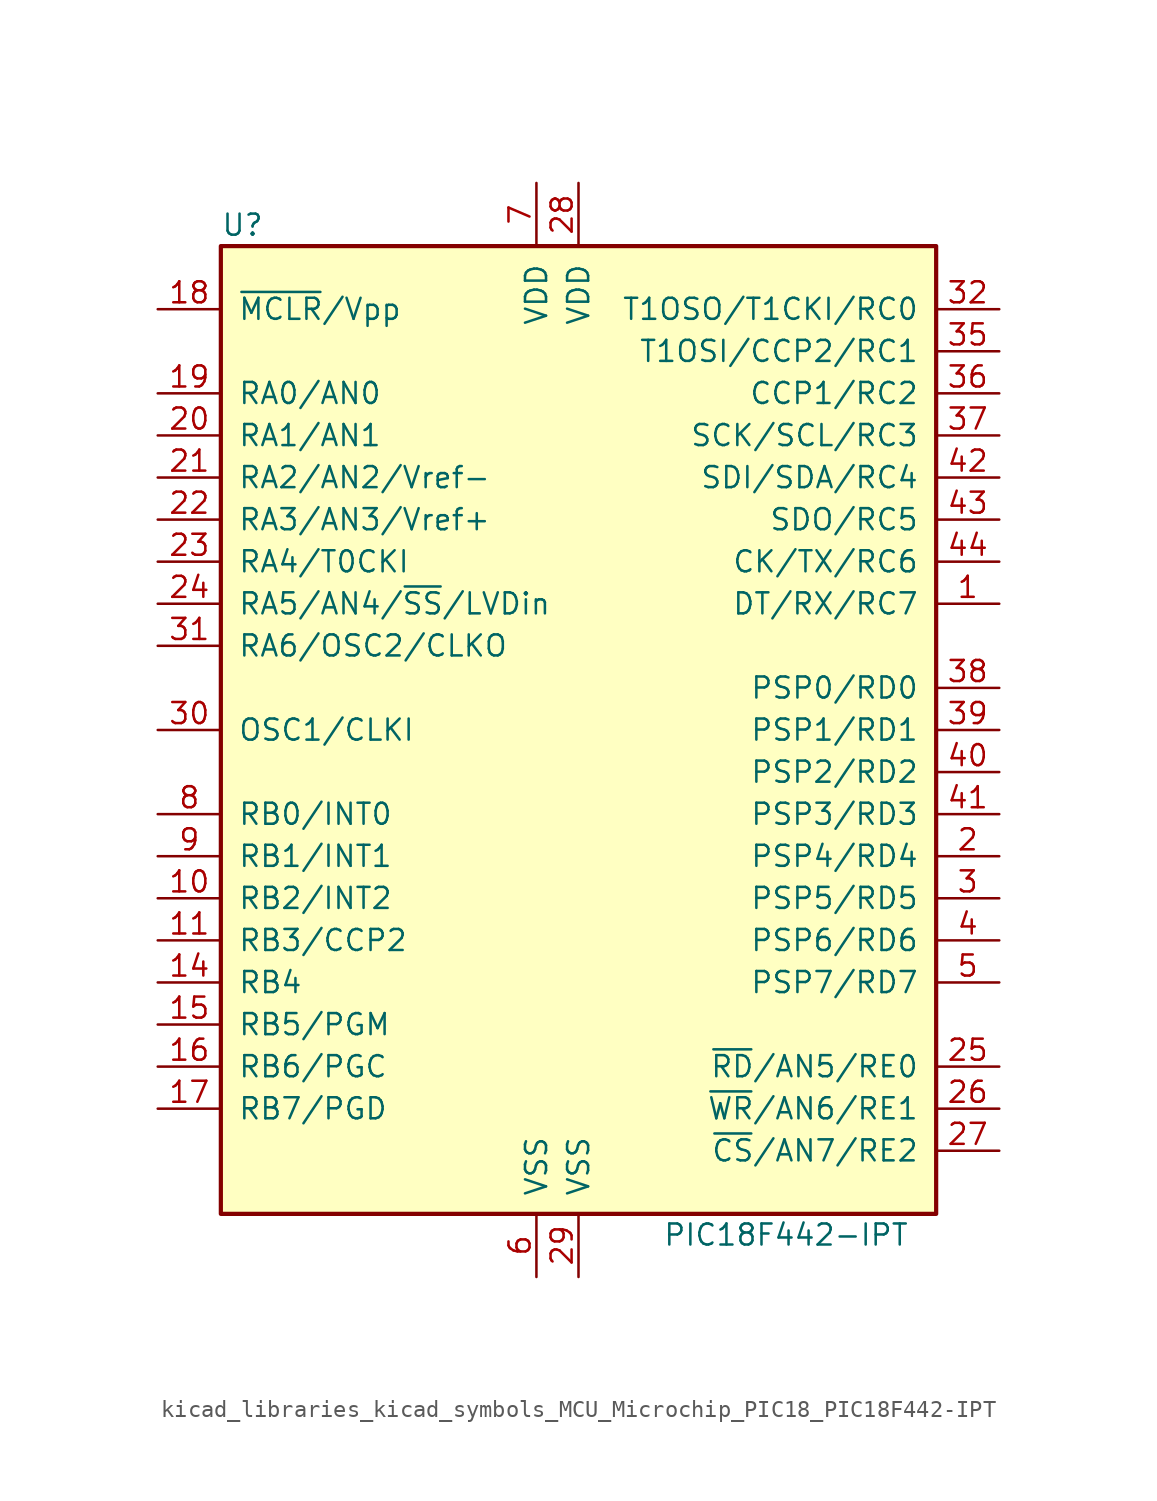
<source format=kicad_sym>
(kicad_symbol_lib
  (version 20220914)
  (generator kicad_symbol_editor)
  (symbol "kicad_libraries_kicad_symbols_MCU_Microchip_PIC18_PIC18F442-IPT"
    (pin_names
      (offset 1.016))
    (property "Reference" "U"
      (at -21.59 30.48 0)
      (effects (font (size 1.27 1.27)) (justify left)))
    (property "Value" "PIC18F442-IPT"
      (at 5.08 -30.48 0)
      (effects (font (size 1.27 1.27)) (justify left)))
    (symbol "kicad_libraries_kicad_symbols_MCU_Microchip_PIC18_PIC18F442-IPT_0_1"
      (rectangle (start 21.59 -29.21) (end -21.59 29.21) (stroke (width 0.254) (type default)) (fill (type background))))
    (symbol "kicad_libraries_kicad_symbols_MCU_Microchip_PIC18_PIC18F442-IPT_1_1"
      (pin bidirectional line (at 25.4 7.62 180) (length 3.81) (name "DT/RX/RC7" (effects (font (size 1.27 1.27)))) (number "1" (effects (font (size 1.27 1.27)))))
      (pin bidirectional line (at -25.4 -10.16 0) (length 3.81) (name "RB2/INT2" (effects (font (size 1.27 1.27)))) (number "10" (effects (font (size 1.27 1.27)))))
      (pin bidirectional line (at -25.4 -12.7 0) (length 3.81) (name "RB3/CCP2" (effects (font (size 1.27 1.27)))) (number "11" (effects (font (size 1.27 1.27)))))
      (pin no_connect line (at -15.24 -29.21 90) (length 3.81) hide (name "NC" (effects (font (size 1.27 1.27)))) (number "12" (effects (font (size 1.27 1.27)))))
      (pin no_connect line (at -12.7 -29.21 90) (length 3.81) hide (name "NC" (effects (font (size 1.27 1.27)))) (number "13" (effects (font (size 1.27 1.27)))))
      (pin bidirectional line (at -25.4 -15.24 0) (length 3.81) (name "RB4" (effects (font (size 1.27 1.27)))) (number "14" (effects (font (size 1.27 1.27)))))
      (pin bidirectional line (at -25.4 -17.78 0) (length 3.81) (name "RB5/PGM" (effects (font (size 1.27 1.27)))) (number "15" (effects (font (size 1.27 1.27)))))
      (pin bidirectional line (at -25.4 -20.32 0) (length 3.81) (name "RB6/PGC" (effects (font (size 1.27 1.27)))) (number "16" (effects (font (size 1.27 1.27)))))
      (pin bidirectional line (at -25.4 -22.86 0) (length 3.81) (name "RB7/PGD" (effects (font (size 1.27 1.27)))) (number "17" (effects (font (size 1.27 1.27)))))
      (pin input line (at -25.4 25.4 0) (length 3.81) (name "~{MCLR}/Vpp" (effects (font (size 1.27 1.27)))) (number "18" (effects (font (size 1.27 1.27)))))
      (pin bidirectional line (at -25.4 20.32 0) (length 3.81) (name "RA0/AN0" (effects (font (size 1.27 1.27)))) (number "19" (effects (font (size 1.27 1.27)))))
      (pin bidirectional line (at 25.4 -7.62 180) (length 3.81) (name "PSP4/RD4" (effects (font (size 1.27 1.27)))) (number "2" (effects (font (size 1.27 1.27)))))
      (pin bidirectional line (at -25.4 17.78 0) (length 3.81) (name "RA1/AN1" (effects (font (size 1.27 1.27)))) (number "20" (effects (font (size 1.27 1.27)))))
      (pin bidirectional line (at -25.4 15.24 0) (length 3.81) (name "RA2/AN2/Vref-" (effects (font (size 1.27 1.27)))) (number "21" (effects (font (size 1.27 1.27)))))
      (pin bidirectional line (at -25.4 12.7 0) (length 3.81) (name "RA3/AN3/Vref+" (effects (font (size 1.27 1.27)))) (number "22" (effects (font (size 1.27 1.27)))))
      (pin bidirectional line (at -25.4 10.16 0) (length 3.81) (name "RA4/T0CKI" (effects (font (size 1.27 1.27)))) (number "23" (effects (font (size 1.27 1.27)))))
      (pin bidirectional line (at -25.4 7.62 0) (length 3.81) (name "RA5/AN4/~{SS}/LVDin" (effects (font (size 1.27 1.27)))) (number "24" (effects (font (size 1.27 1.27)))))
      (pin bidirectional line (at 25.4 -20.32 180) (length 3.81) (name "~{RD}/AN5/RE0" (effects (font (size 1.27 1.27)))) (number "25" (effects (font (size 1.27 1.27)))))
      (pin bidirectional line (at 25.4 -22.86 180) (length 3.81) (name "~{WR}/AN6/RE1" (effects (font (size 1.27 1.27)))) (number "26" (effects (font (size 1.27 1.27)))))
      (pin bidirectional line (at 25.4 -25.4 180) (length 3.81) (name "~{CS}/AN7/RE2" (effects (font (size 1.27 1.27)))) (number "27" (effects (font (size 1.27 1.27)))))
      (pin power_in line (at 0 33.02 270) (length 3.81) (name "VDD" (effects (font (size 1.27 1.27)))) (number "28" (effects (font (size 1.27 1.27)))))
      (pin power_in line (at 0 -33.02 90) (length 3.81) (name "VSS" (effects (font (size 1.27 1.27)))) (number "29" (effects (font (size 1.27 1.27)))))
      (pin bidirectional line (at 25.4 -10.16 180) (length 3.81) (name "PSP5/RD5" (effects (font (size 1.27 1.27)))) (number "3" (effects (font (size 1.27 1.27)))))
      (pin input line (at -25.4 0 0) (length 3.81) (name "OSC1/CLKI" (effects (font (size 1.27 1.27)))) (number "30" (effects (font (size 1.27 1.27)))))
      (pin bidirectional line (at -25.4 5.08 0) (length 3.81) (name "RA6/OSC2/CLKO" (effects (font (size 1.27 1.27)))) (number "31" (effects (font (size 1.27 1.27)))))
      (pin bidirectional line (at 25.4 25.4 180) (length 3.81) (name "T1OSO/T1CKI/RC0" (effects (font (size 1.27 1.27)))) (number "32" (effects (font (size 1.27 1.27)))))
      (pin no_connect line (at -10.16 -29.21 90) (length 3.81) hide (name "NC" (effects (font (size 1.27 1.27)))) (number "33" (effects (font (size 1.27 1.27)))))
      (pin no_connect line (at -7.62 -29.21 90) (length 3.81) hide (name "NC" (effects (font (size 1.27 1.27)))) (number "34" (effects (font (size 1.27 1.27)))))
      (pin bidirectional line (at 25.4 22.86 180) (length 3.81) (name "T1OSI/CCP2/RC1" (effects (font (size 1.27 1.27)))) (number "35" (effects (font (size 1.27 1.27)))))
      (pin bidirectional line (at 25.4 20.32 180) (length 3.81) (name "CCP1/RC2" (effects (font (size 1.27 1.27)))) (number "36" (effects (font (size 1.27 1.27)))))
      (pin bidirectional line (at 25.4 17.78 180) (length 3.81) (name "SCK/SCL/RC3" (effects (font (size 1.27 1.27)))) (number "37" (effects (font (size 1.27 1.27)))))
      (pin bidirectional line (at 25.4 2.54 180) (length 3.81) (name "PSP0/RD0" (effects (font (size 1.27 1.27)))) (number "38" (effects (font (size 1.27 1.27)))))
      (pin bidirectional line (at 25.4 0 180) (length 3.81) (name "PSP1/RD1" (effects (font (size 1.27 1.27)))) (number "39" (effects (font (size 1.27 1.27)))))
      (pin bidirectional line (at 25.4 -12.7 180) (length 3.81) (name "PSP6/RD6" (effects (font (size 1.27 1.27)))) (number "4" (effects (font (size 1.27 1.27)))))
      (pin bidirectional line (at 25.4 -2.54 180) (length 3.81) (name "PSP2/RD2" (effects (font (size 1.27 1.27)))) (number "40" (effects (font (size 1.27 1.27)))))
      (pin bidirectional line (at 25.4 -5.08 180) (length 3.81) (name "PSP3/RD3" (effects (font (size 1.27 1.27)))) (number "41" (effects (font (size 1.27 1.27)))))
      (pin bidirectional line (at 25.4 15.24 180) (length 3.81) (name "SDI/SDA/RC4" (effects (font (size 1.27 1.27)))) (number "42" (effects (font (size 1.27 1.27)))))
      (pin bidirectional line (at 25.4 12.7 180) (length 3.81) (name "SDO/RC5" (effects (font (size 1.27 1.27)))) (number "43" (effects (font (size 1.27 1.27)))))
      (pin bidirectional line (at 25.4 10.16 180) (length 3.81) (name "CK/TX/RC6" (effects (font (size 1.27 1.27)))) (number "44" (effects (font (size 1.27 1.27)))))
      (pin bidirectional line (at 25.4 -15.24 180) (length 3.81) (name "PSP7/RD7" (effects (font (size 1.27 1.27)))) (number "5" (effects (font (size 1.27 1.27)))))
      (pin power_in line (at -2.54 -33.02 90) (length 3.81) (name "VSS" (effects (font (size 1.27 1.27)))) (number "6" (effects (font (size 1.27 1.27)))))
      (pin power_in line (at -2.54 33.02 270) (length 3.81) (name "VDD" (effects (font (size 1.27 1.27)))) (number "7" (effects (font (size 1.27 1.27)))))
      (pin bidirectional line (at -25.4 -5.08 0) (length 3.81) (name "RB0/INT0" (effects (font (size 1.27 1.27)))) (number "8" (effects (font (size 1.27 1.27)))))
      (pin bidirectional line (at -25.4 -7.62 0) (length 3.81) (name "RB1/INT1" (effects (font (size 1.27 1.27)))) (number "9" (effects (font (size 1.27 1.27))))))))
</source>
